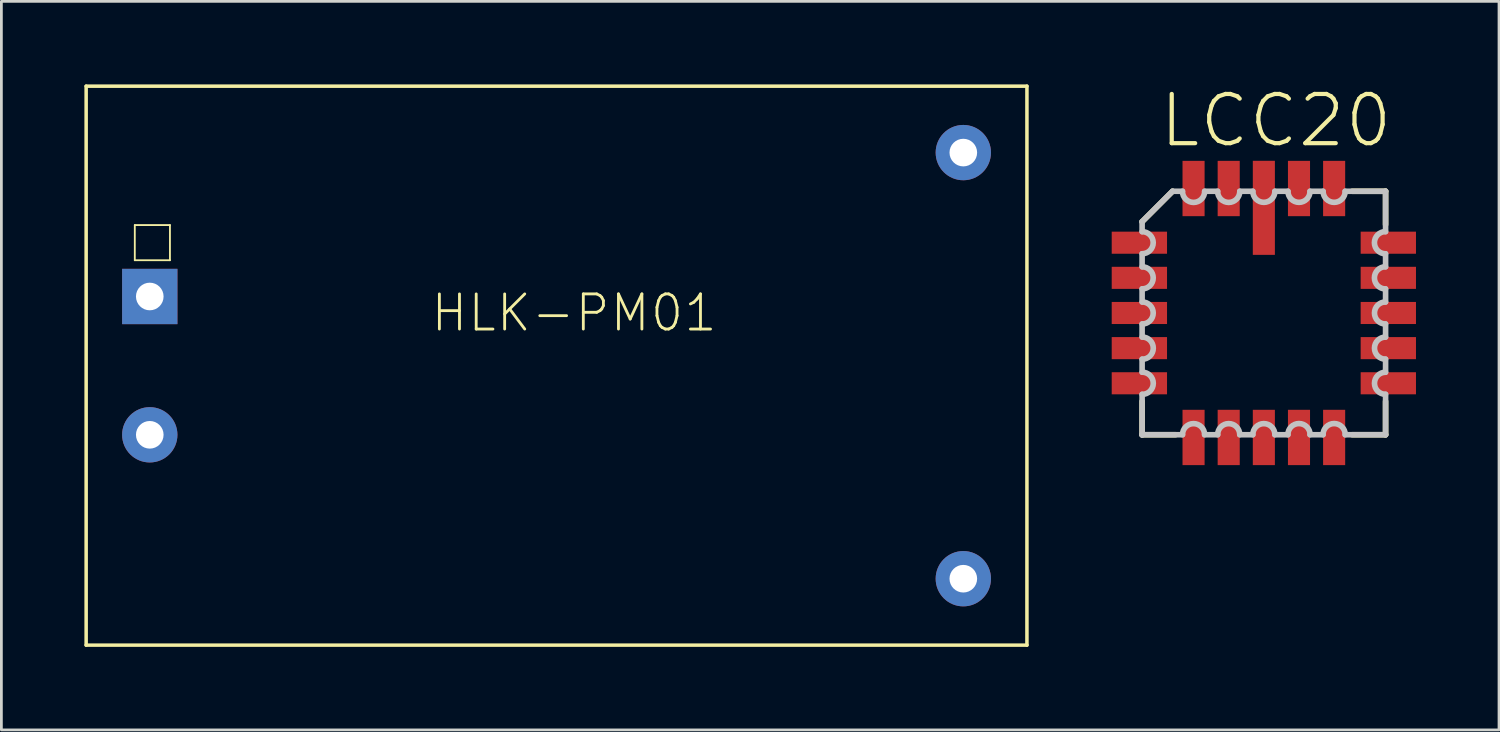
<source format=kicad_pcb>
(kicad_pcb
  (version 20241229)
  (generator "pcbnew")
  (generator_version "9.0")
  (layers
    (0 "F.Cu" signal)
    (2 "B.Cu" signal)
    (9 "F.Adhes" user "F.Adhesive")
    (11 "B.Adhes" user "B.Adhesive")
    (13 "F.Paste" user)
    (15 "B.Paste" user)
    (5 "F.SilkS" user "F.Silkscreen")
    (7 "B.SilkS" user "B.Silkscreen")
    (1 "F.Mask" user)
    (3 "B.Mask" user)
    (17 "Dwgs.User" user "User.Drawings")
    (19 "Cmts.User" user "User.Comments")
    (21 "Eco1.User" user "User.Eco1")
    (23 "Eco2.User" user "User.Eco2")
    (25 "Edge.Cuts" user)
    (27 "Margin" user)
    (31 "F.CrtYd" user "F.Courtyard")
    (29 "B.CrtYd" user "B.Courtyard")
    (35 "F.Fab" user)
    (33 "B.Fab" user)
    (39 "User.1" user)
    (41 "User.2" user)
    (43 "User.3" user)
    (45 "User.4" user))
  (footprint "LCC20"
    (layer "F.Cu")
    (at 42.62 8.26)
    (property "Reference" "LCC20" (at 0.439 -6.952 0) (layer "F.SilkS") (effects (font (size 1.778 1.778) (thickness 0.152))))
    (attr smd)
    (fp_line (start -4.399 3.193) (end -4.399 4.399) (stroke (width 0.203) (type solid)) (layer "F.SilkS"))
    (fp_line (start -4.399 4.399) (end -3.193 4.399) (stroke (width 0.203) (type solid)) (layer "F.SilkS"))
    (fp_line (start -3.299 -4.399) (end -4.399 -3.299) (stroke (width 0.203) (type solid)) (layer "F.SilkS"))
    (fp_line (start 3.193 4.399) (end 4.399 4.399) (stroke (width 0.203) (type solid)) (layer "F.SilkS"))
    (fp_line (start 4.399 -4.399) (end 3.193 -4.399) (stroke (width 0.203) (type solid)) (layer "F.SilkS"))
    (fp_line (start 4.399 -3.193) (end 4.399 -4.399) (stroke (width 0.203) (type solid)) (layer "F.SilkS"))
    (fp_line (start 4.399 4.399) (end 4.399 3.193) (stroke (width 0.203) (type solid)) (layer "F.SilkS"))
    (fp_line (start -4.399 -3.299) (end -4.399 -2.939) (stroke (width 0.203) (type solid)) (layer "Dwgs.User"))
    (fp_line (start -4.399 -2.139) (end -4.399 -1.669) (stroke (width 0.203) (type solid)) (layer "Dwgs.User"))
    (fp_line (start -4.399 -0.869) (end -4.399 -0.399) (stroke (width 0.203) (type solid)) (layer "Dwgs.User"))
    (fp_line (start -4.399 0.399) (end -4.399 0.869) (stroke (width 0.203) (type solid)) (layer "Dwgs.User"))
    (fp_line (start -4.399 1.669) (end -4.399 2.139) (stroke (width 0.203) (type solid)) (layer "Dwgs.User"))
    (fp_line (start -4.399 2.939) (end -4.399 4.399) (stroke (width 0.203) (type solid)) (layer "Dwgs.User"))
    (fp_line (start -4.399 4.399) (end -4.399 4.409) (stroke (width 0.203) (type solid)) (layer "Dwgs.User"))
    (fp_line (start -4.399 4.399) (end -2.939 4.399) (stroke (width 0.203) (type solid)) (layer "Dwgs.User"))
    (fp_line (start -3.299 -4.399) (end -4.399 -3.299) (stroke (width 0.203) (type solid)) (layer "Dwgs.User"))
    (fp_line (start -2.939 -4.399) (end -3.299 -4.399) (stroke (width 0.203) (type solid)) (layer "Dwgs.User"))
    (fp_line (start -2.139 4.399) (end -1.669 4.399) (stroke (width 0.203) (type solid)) (layer "Dwgs.User"))
    (fp_line (start -1.669 -4.399) (end -2.139 -4.399) (stroke (width 0.203) (type solid)) (layer "Dwgs.User"))
    (fp_line (start -0.869 4.399) (end -0.399 4.399) (stroke (width 0.203) (type solid)) (layer "Dwgs.User"))
    (fp_line (start -0.399 -4.399) (end -0.869 -4.399) (stroke (width 0.203) (type solid)) (layer "Dwgs.User"))
    (fp_line (start 0.399 4.399) (end 0.869 4.399) (stroke (width 0.203) (type solid)) (layer "Dwgs.User"))
    (fp_line (start 0.869 -4.399) (end 0.399 -4.399) (stroke (width 0.203) (type solid)) (layer "Dwgs.User"))
    (fp_line (start 1.669 4.399) (end 2.139 4.399) (stroke (width 0.203) (type solid)) (layer "Dwgs.User"))
    (fp_line (start 2.139 -4.399) (end 1.669 -4.399) (stroke (width 0.203) (type solid)) (layer "Dwgs.User"))
    (fp_line (start 2.939 4.399) (end 4.399 4.399) (stroke (width 0.203) (type solid)) (layer "Dwgs.User"))
    (fp_line (start 4.399 -4.399) (end 2.939 -4.399) (stroke (width 0.203) (type solid)) (layer "Dwgs.User"))
    (fp_line (start 4.399 -2.939) (end 4.399 -4.399) (stroke (width 0.203) (type solid)) (layer "Dwgs.User"))
    (fp_line (start 4.399 -1.669) (end 4.399 -2.139) (stroke (width 0.203) (type solid)) (layer "Dwgs.User"))
    (fp_line (start 4.399 -0.399) (end 4.399 -0.869) (stroke (width 0.203) (type solid)) (layer "Dwgs.User"))
    (fp_line (start 4.399 0.869) (end 4.399 0.399) (stroke (width 0.203) (type solid)) (layer "Dwgs.User"))
    (fp_line (start 4.399 2.139) (end 4.399 1.669) (stroke (width 0.203) (type solid)) (layer "Dwgs.User"))
    (fp_line (start 4.399 4.399) (end 4.399 2.939) (stroke (width 0.203) (type solid)) (layer "Dwgs.User"))
    (fp_arc (start -4.39674 -2.93878) (mid -3.99796 -2.54) (end -4.39674 -2.14122) (stroke (width 0.2032) (type solid)) (layer "Dwgs.User"))
    (fp_arc (start -4.39674 -1.66878) (mid -3.99796 -1.27) (end -4.39674 -0.87122) (stroke (width 0.2032) (type solid)) (layer "Dwgs.User"))
    (fp_arc (start -4.39674 -0.39878) (mid -3.99796 0) (end -4.39674 0.39878) (stroke (width 0.2032) (type solid)) (layer "Dwgs.User"))
    (fp_arc (start -4.39674 0.86868) (mid -3.99542 1.27) (end -4.39674 1.67132) (stroke (width 0.2032) (type solid)) (layer "Dwgs.User"))
    (fp_arc (start -4.39674 2.13868) (mid -3.99542 2.54) (end -4.39674 2.94132) (stroke (width 0.2032) (type solid)) (layer "Dwgs.User"))
    (fp_arc (start -2.93878 4.39674) (mid -2.54 3.99796) (end -2.14122 4.39674) (stroke (width 0.2032) (type solid)) (layer "Dwgs.User"))
    (fp_arc (start -2.13868 -4.39674) (mid -2.54 -3.99542) (end -2.94132 -4.39674) (stroke (width 0.2032) (type solid)) (layer "Dwgs.User"))
    (fp_arc (start -1.66878 4.39674) (mid -1.27 3.99796) (end -0.87122 4.39674) (stroke (width 0.2032) (type solid)) (layer "Dwgs.User"))
    (fp_arc (start -0.86868 -4.39674) (mid -1.27 -3.99542) (end -1.67132 -4.39674) (stroke (width 0.2032) (type solid)) (layer "Dwgs.User"))
    (fp_arc (start -0.39878 4.39674) (mid 0 3.99796) (end 0.39878 4.39674) (stroke (width 0.2032) (type solid)) (layer "Dwgs.User"))
    (fp_arc (start 0.39878 -4.39674) (mid 0 -3.99796) (end -0.39878 -4.39674) (stroke (width 0.2032) (type solid)) (layer "Dwgs.User"))
    (fp_arc (start 0.86868 4.39674) (mid 1.27 3.99542) (end 1.67132 4.39674) (stroke (width 0.2032) (type solid)) (layer "Dwgs.User"))
    (fp_arc (start 1.66878 -4.39674) (mid 1.27 -3.99796) (end 0.87122 -4.39674) (stroke (width 0.2032) (type solid)) (layer "Dwgs.User"))
    (fp_arc (start 2.13868 4.39674) (mid 2.54 3.99542) (end 2.94132 4.39674) (stroke (width 0.2032) (type solid)) (layer "Dwgs.User"))
    (fp_arc (start 2.93878 -4.39674) (mid 2.54 -3.99796) (end 2.14122 -4.39674) (stroke (width 0.2032) (type solid)) (layer "Dwgs.User"))
    (fp_arc (start 4.39674 -2.13868) (mid 3.99542 -2.54) (end 4.39674 -2.94132) (stroke (width 0.2032) (type solid)) (layer "Dwgs.User"))
    (fp_arc (start 4.39674 -0.86868) (mid 3.99542 -1.27) (end 4.39674 -1.67132) (stroke (width 0.2032) (type solid)) (layer "Dwgs.User"))
    (fp_arc (start 4.39674 0.39878) (mid 3.99796 0) (end 4.39674 -0.39878) (stroke (width 0.2032) (type solid)) (layer "Dwgs.User"))
    (fp_arc (start 4.39674 1.66878) (mid 3.99796 1.27) (end 4.39674 0.87122) (stroke (width 0.2032) (type solid)) (layer "Dwgs.User"))
    (fp_arc (start 4.39674 2.93878) (mid 3.99796 2.54) (end 4.39674 2.14122) (stroke (width 0.2032) (type solid)) (layer "Dwgs.User"))
    (pad "1" smd rect (at 0 -3.8) (size 0.798 3.399) (layers "F.Cu" "F.Mask" "F.Paste"))
    (pad "2" smd rect (at -1.27 -4.498) (size 0.798 1.999) (layers "F.Cu" "F.Mask" "F.Paste"))
    (pad "3" smd rect (at -2.54 -4.498) (size 0.798 1.999) (layers "F.Cu" "F.Mask" "F.Paste"))
    (pad "4" smd rect (at -4.498 -2.54) (size 1.999 0.798) (layers "F.Cu" "F.Mask" "F.Paste"))
    (pad "5" smd rect (at -4.498 -1.27) (size 1.999 0.798) (layers "F.Cu" "F.Mask" "F.Paste"))
    (pad "6" smd rect (at -4.498 0) (size 1.999 0.798) (layers "F.Cu" "F.Mask" "F.Paste"))
    (pad "7" smd rect (at -4.498 1.27) (size 1.999 0.798) (layers "F.Cu" "F.Mask" "F.Paste"))
    (pad "8" smd rect (at -4.498 2.54) (size 1.999 0.798) (layers "F.Cu" "F.Mask" "F.Paste"))
    (pad "9" smd rect (at -2.54 4.498) (size 0.798 1.999) (layers "F.Cu" "F.Mask" "F.Paste"))
    (pad "10" smd rect (at -1.27 4.498) (size 0.798 1.999) (layers "F.Cu" "F.Mask" "F.Paste"))
    (pad "11" smd rect (at 0 4.498) (size 0.798 1.999) (layers "F.Cu" "F.Mask" "F.Paste"))
    (pad "12" smd rect (at 1.27 4.498) (size 0.798 1.999) (layers "F.Cu" "F.Mask" "F.Paste"))
    (pad "13" smd rect (at 2.54 4.498) (size 0.798 1.999) (layers "F.Cu" "F.Mask" "F.Paste"))
    (pad "14" smd rect (at 4.498 2.54) (size 1.999 0.798) (layers "F.Cu" "F.Mask" "F.Paste"))
    (pad "15" smd rect (at 4.498 1.27) (size 1.999 0.798) (layers "F.Cu" "F.Mask" "F.Paste"))
    (pad "16" smd rect (at 4.498 0) (size 1.999 0.798) (layers "F.Cu" "F.Mask" "F.Paste"))
    (pad "17" smd rect (at 4.498 -1.27) (size 1.999 0.798) (layers "F.Cu" "F.Mask" "F.Paste"))
    (pad "18" smd rect (at 4.498 -2.54) (size 1.999 0.798) (layers "F.Cu" "F.Mask" "F.Paste"))
    (pad "19" smd rect (at 2.54 -4.498) (size 0.798 1.999) (layers "F.Cu" "F.Mask" "F.Paste"))
    (pad "20" smd rect (at 1.27 -4.498) (size 0.798 1.999) (layers "F.Cu" "F.Mask" "F.Paste")))
  (footprint "HLK-PM01"
    (layer "F.Cu")
    (at 17.061 10.163)
    (property "Reference" "HLK-PM01" (at 0.635 -1.905 0) (layer "F.SilkS") (effects (font (size 1.27 1.27) (thickness 0.102))))
    (attr exclude_from_pos_files exclude_from_bom)
    (fp_line (start -16.998 -10.099) (end 16.998 -10.099) (stroke (width 0.127) (type solid)) (layer "F.SilkS"))
    (fp_line (start -16.998 10.099) (end -16.998 -10.099) (stroke (width 0.127) (type solid)) (layer "F.SilkS"))
    (fp_line (start -15.24 -5.08) (end -13.97 -5.08) (stroke (width 0.066) (type solid)) (layer "F.SilkS"))
    (fp_line (start -15.24 -3.81) (end -15.24 -5.08) (stroke (width 0.066) (type solid)) (layer "F.SilkS"))
    (fp_line (start -15.24 -3.81) (end -13.97 -3.81) (stroke (width 0.066) (type solid)) (layer "F.SilkS"))
    (fp_line (start -13.97 -3.81) (end -13.97 -5.08) (stroke (width 0.066) (type solid)) (layer "F.SilkS"))
    (fp_line (start 16.998 -10.099) (end 16.998 10.099) (stroke (width 0.127) (type solid)) (layer "F.SilkS"))
    (fp_line (start 16.998 10.099) (end -16.998 10.099) (stroke (width 0.127) (type solid)) (layer "F.SilkS"))
    (pad "+VO" thru_hole circle (at 14.699 7.699) (size 1.999 1.999) (drill 0.998) (layers "*.Cu" "*.Paste" "*.Mask"))
    (pad "-VO" thru_hole circle (at 14.699 -7.699) (size 1.999 1.999) (drill 0.998) (layers "*.Cu" "*.Paste" "*.Mask"))
    (pad "AC1" thru_hole rect (at -14.699 -2.499) (size 1.999 1.999) (drill 0.998) (layers "*.Cu" "*.Paste" "*.Mask"))
    (pad "AC2" thru_hole circle (at -14.699 2.499) (size 1.999 1.999) (drill 0.998) (layers "*.Cu" "*.Paste" "*.Mask")))
  (gr_rect
    (start -3 -3)
    (end 51.118 23.325)
    (stroke (width 0.1) (type default))
    (fill no)
    (layer "Edge.Cuts")))
</source>
